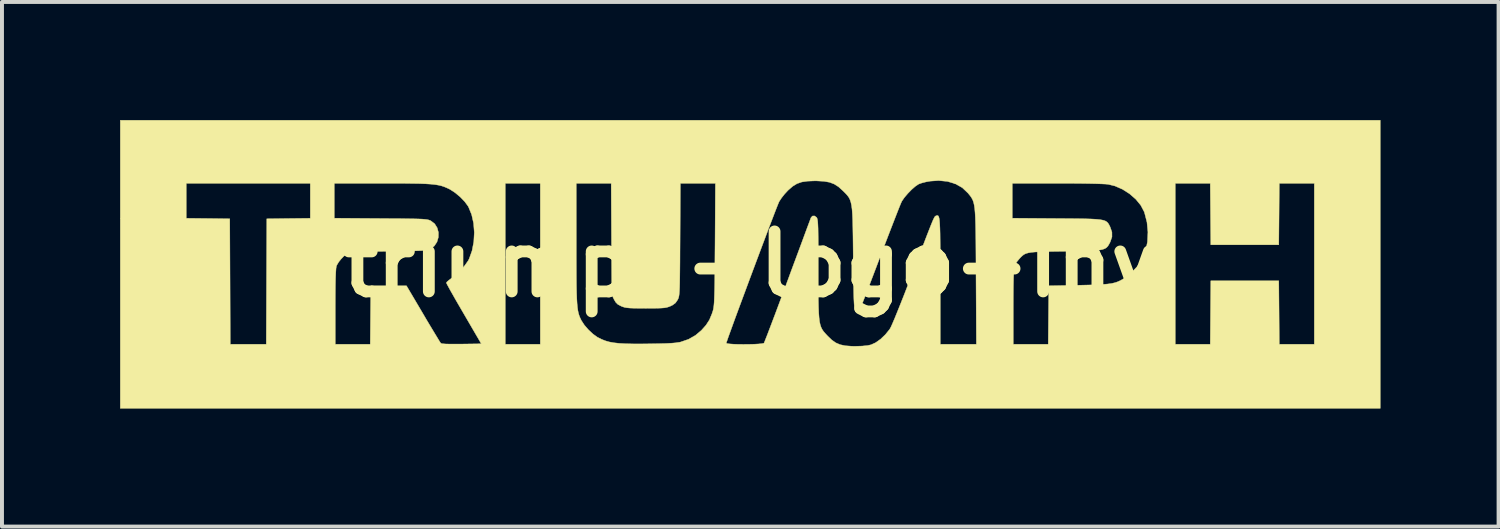
<source format=kicad_pcb>
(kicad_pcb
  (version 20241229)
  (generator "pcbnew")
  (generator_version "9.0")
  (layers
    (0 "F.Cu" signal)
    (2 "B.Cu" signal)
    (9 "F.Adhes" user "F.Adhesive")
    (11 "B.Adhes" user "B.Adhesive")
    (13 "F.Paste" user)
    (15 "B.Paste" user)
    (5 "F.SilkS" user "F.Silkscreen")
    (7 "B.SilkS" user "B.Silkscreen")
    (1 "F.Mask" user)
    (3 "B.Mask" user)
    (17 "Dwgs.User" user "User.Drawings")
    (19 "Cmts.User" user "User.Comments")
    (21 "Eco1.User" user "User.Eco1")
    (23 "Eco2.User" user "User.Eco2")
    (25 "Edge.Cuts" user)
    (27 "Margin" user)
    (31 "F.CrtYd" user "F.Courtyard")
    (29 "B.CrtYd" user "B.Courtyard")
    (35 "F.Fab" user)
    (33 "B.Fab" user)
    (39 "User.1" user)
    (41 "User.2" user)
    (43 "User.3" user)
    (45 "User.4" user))
  (footprint "triumph-logo-inv"
    (layer "F.Cu")
    (at 16.007 3.663)
    (property "Reference" "triumph-logo-inv" (at 0 0 0) (layer "F.SilkS") (effects (font (size 1.524 1.524) (thickness 0.3))))
    (attr through_hole)
    (fp_poly (pts (xy 16.002 3.658) (xy -16.002 3.658) (xy -16.002 -2.057) (xy -14.326 -2.057) (xy -14.326 -1.169) (xy -13.773 -1.163) (xy -13.221 -1.156) (xy -13.214 0.438) (xy -13.208 2.032) (xy -12.294 2.032) (xy -12.281 -1.156) (xy -11.728 -1.163) (xy -11.176 -1.169) (xy -11.176 -1.171) (xy -10.566 -1.171) (xy -9.392 -1.163) (xy -9.116 -1.161) (xy -8.886 -1.16) (xy -8.698 -1.157) (xy -8.547 -1.155) (xy -8.427 -1.152) (xy -8.335 -1.148) (xy -8.265 -1.142) (xy -8.214 -1.136) (xy -8.175 -1.128) (xy -8.145 -1.118) (xy -8.119 -1.107) (xy -8.115 -1.105) (xy -8.017 -1.03) (xy -7.953 -0.928) (xy -7.921 -0.81) (xy -7.923 -0.686) (xy -7.958 -0.567) (xy -8.026 -0.465) (xy -8.114 -0.398) (xy -8.142 -0.384) (xy -8.172 -0.372) (xy -8.209 -0.363) (xy -8.259 -0.355) (xy -8.326 -0.349) (xy -8.417 -0.345) (xy -8.535 -0.341) (xy -8.687 -0.338) (xy -8.878 -0.334) (xy -9.113 -0.331) (xy -9.182 -0.33) (xy -9.438 -0.327) (xy -9.649 -0.324) (xy -9.82 -0.32) (xy -9.955 -0.314) (xy -10.061 -0.306) (xy -10.143 -0.294) (xy -10.205 -0.279) (xy -10.254 -0.258) (xy -10.294 -0.231) (xy -10.332 -0.198) (xy -10.371 -0.157) (xy -10.392 -0.135) (xy -10.452 -0.061) (xy -10.499 0.017) (xy -10.512 0.048) (xy -10.521 0.101) (xy -10.528 0.202) (xy -10.534 0.352) (xy -10.538 0.55) (xy -10.54 0.798) (xy -10.541 1.083) (xy -10.541 2.032) (xy -9.653 2.032) (xy -9.639 0.546) (xy -8.732 0.546) (xy -8.309 1.262) (xy -8.207 1.436) (xy -8.111 1.596) (xy -8.026 1.737) (xy -7.955 1.854) (xy -7.902 1.942) (xy -7.868 1.994) (xy -7.859 2.006) (xy -7.822 2.017) (xy -7.734 2.024) (xy -7.597 2.027) (xy -7.412 2.027) (xy -7.332 2.026) (xy -6.832 2.019) (xy -7.276 1.257) (xy -7.38 1.078) (xy -7.476 0.913) (xy -7.559 0.766) (xy -7.629 0.643) (xy -7.68 0.549) (xy -7.712 0.489) (xy -7.72 0.47) (xy -7.701 0.443) (xy -7.65 0.4) (xy -7.593 0.358) (xy -7.476 0.266) (xy -7.357 0.152) (xy -7.251 0.03) (xy -7.169 -0.086) (xy -7.141 -0.137) (xy -7.067 -0.344) (xy -7.023 -0.572) (xy -7.01 -0.808) (xy -7.028 -1.042) (xy -7.077 -1.261) (xy -7.155 -1.452) (xy -7.17 -1.479) (xy -7.254 -1.593) (xy -7.368 -1.711) (xy -7.498 -1.819) (xy -7.627 -1.903) (xy -7.652 -1.916) (xy -7.717 -1.946) (xy -7.781 -1.972) (xy -7.848 -1.994) (xy -7.923 -2.011) (xy -8.01 -2.025) (xy -8.116 -2.036) (xy -8.244 -2.044) (xy -8.399 -2.05) (xy -8.587 -2.053) (xy -8.811 -2.056) (xy -9.077 -2.057) (xy -9.354 -2.057) (xy -10.566 -2.057) (xy -6.223 -2.057) (xy -6.223 2.032) (xy -5.334 2.032) (xy -5.334 -2.057) (xy -4.42 -2.057) (xy -4.419 -0.527) (xy -4.419 -0.19) (xy -4.418 0.1) (xy -4.417 0.348) (xy -4.415 0.557) (xy -4.411 0.732) (xy -4.406 0.877) (xy -4.399 0.996) (xy -4.39 1.094) (xy -4.379 1.173) (xy -4.365 1.239) (xy -4.348 1.296) (xy -4.328 1.348) (xy -4.305 1.398) (xy -4.29 1.428) (xy -4.215 1.543) (xy -4.111 1.663) (xy -3.994 1.772) (xy -3.88 1.854) (xy -3.867 1.86) (xy -3.775 1.906) (xy -3.682 1.943) (xy -3.581 1.972) (xy -3.466 1.993) (xy -3.33 2.008) (xy -3.167 2.017) (xy -2.969 2.022) (xy -2.731 2.022) (xy -2.578 2.02) (xy -2.338 2.016) (xy -2.144 2.011) (xy -1.993 2.003) (xy -1.98 2.002) (xy -0.61 2.002) (xy -0.586 2.013) (xy -0.521 2.022) (xy -0.424 2.029) (xy -0.305 2.033) (xy -0.174 2.034) (xy -0.039 2.033) (xy 0.089 2.03) (xy 0.201 2.024) (xy 0.288 2.016) (xy 0.339 2.006) (xy 0.349 2) (xy 0.361 1.972) (xy 0.39 1.899) (xy 0.434 1.787) (xy 0.49 1.64) (xy 0.558 1.461) (xy 0.636 1.255) (xy 0.722 1.025) (xy 0.815 0.776) (xy 0.913 0.512) (xy 0.952 0.406) (xy 1.051 0.137) (xy 1.146 -0.118) (xy 1.234 -0.355) (xy 1.314 -0.571) (xy 1.384 -0.761) (xy 1.443 -0.92) (xy 1.49 -1.046) (xy 1.523 -1.134) (xy 1.54 -1.18) (xy 1.542 -1.185) (xy 1.579 -1.226) (xy 1.632 -1.229) (xy 1.683 -1.193) (xy 1.693 -1.177) (xy 1.701 -1.155) (xy 1.708 -1.121) (xy 1.714 -1.073) (xy 1.718 -1.004) (xy 1.722 -0.912) (xy 1.724 -0.791) (xy 1.726 -0.638) (xy 1.727 -0.447) (xy 1.727 -0.215) (xy 1.727 0.063) (xy 1.727 0.109) (xy 1.727 0.418) (xy 1.728 0.68) (xy 1.729 0.901) (xy 1.733 1.084) (xy 1.739 1.235) (xy 1.748 1.357) (xy 1.76 1.456) (xy 1.777 1.535) (xy 1.799 1.6) (xy 1.826 1.654) (xy 1.859 1.703) (xy 1.9 1.751) (xy 1.947 1.802) (xy 1.967 1.823) (xy 2.071 1.923) (xy 2.172 1.994) (xy 2.282 2.041) (xy 2.413 2.069) (xy 2.575 2.081) (xy 2.669 2.082) (xy 2.839 2.077) (xy 2.981 2.063) (xy 3.067 2.044) (xy 3.185 1.99) (xy 3.31 1.901) (xy 3.431 1.786) (xy 3.536 1.656) (xy 3.553 1.63) (xy 3.577 1.583) (xy 3.617 1.493) (xy 3.671 1.366) (xy 3.736 1.206) (xy 3.812 1.017) (xy 3.896 0.806) (xy 3.985 0.576) (xy 4.079 0.333) (xy 4.125 0.214) (xy 4.237 -0.082) (xy 4.333 -0.333) (xy 4.414 -0.544) (xy 4.481 -0.719) (xy 4.536 -0.86) (xy 4.58 -0.972) (xy 4.615 -1.058) (xy 4.642 -1.122) (xy 4.663 -1.166) (xy 4.679 -1.196) (xy 4.691 -1.214) (xy 4.702 -1.223) (xy 4.712 -1.229) (xy 4.721 -1.232) (xy 4.742 -1.239) (xy 4.759 -1.239) (xy 4.774 -1.23) (xy 4.787 -1.208) (xy 4.797 -1.17) (xy 4.806 -1.111) (xy 4.812 -1.029) (xy 4.817 -0.92) (xy 4.821 -0.78) (xy 4.823 -0.607) (xy 4.825 -0.396) (xy 4.826 -0.144) (xy 4.826 0.152) (xy 4.826 0.437) (xy 4.826 2.032) (xy 5.743 2.032) (xy 5.734 0.311) (xy 5.733 -0.042) (xy 5.731 -0.348) (xy 5.729 -0.611) (xy 5.726 -0.835) (xy 5.722 -1.023) (xy 5.717 -1.171) (xy 6.655 -1.171) (xy 7.779 -1.163) (xy 8.064 -1.161) (xy 8.303 -1.159) (xy 8.5 -1.156) (xy 8.66 -1.151) (xy 8.787 -1.144) (xy 8.885 -1.134) (xy 8.96 -1.12) (xy 9.015 -1.102) (xy 9.055 -1.078) (xy 9.084 -1.049) (xy 9.108 -1.013) (xy 9.13 -0.97) (xy 9.14 -0.949) (xy 9.186 -0.818) (xy 9.187 -0.696) (xy 9.142 -0.567) (xy 9.138 -0.558) (xy 9.11 -0.506) (xy 9.083 -0.462) (xy 9.051 -0.427) (xy 9.01 -0.4) (xy 8.953 -0.379) (xy 8.877 -0.363) (xy 8.776 -0.352) (xy 8.644 -0.344) (xy 8.478 -0.338) (xy 8.272 -0.334) (xy 8.02 -0.331) (xy 7.988 -0.33) (xy 7.739 -0.327) (xy 7.535 -0.323) (xy 7.371 -0.319) (xy 7.241 -0.313) (xy 7.14 -0.304) (xy 7.063 -0.291) (xy 7.003 -0.274) (xy 6.956 -0.252) (xy 6.917 -0.223) (xy 6.878 -0.187) (xy 6.836 -0.142) (xy 6.83 -0.135) (xy 6.769 -0.061) (xy 6.722 0.017) (xy 6.709 0.048) (xy 6.7 0.101) (xy 6.693 0.202) (xy 6.687 0.352) (xy 6.683 0.55) (xy 6.681 0.798) (xy 6.68 1.083) (xy 6.68 2.032) (xy 7.568 2.032) (xy 7.582 0.546) (xy 8.344 0.532) (xy 8.587 0.526) (xy 8.785 0.52) (xy 8.946 0.512) (xy 9.075 0.501) (xy 9.179 0.487) (xy 9.265 0.467) (xy 9.338 0.442) (xy 9.406 0.41) (xy 9.475 0.37) (xy 9.5 0.355) (xy 9.602 0.278) (xy 9.712 0.179) (xy 9.817 0.069) (xy 9.904 -0.038) (xy 9.957 -0.12) (xy 10.04 -0.332) (xy 10.088 -0.569) (xy 10.1 -0.819) (xy 10.076 -1.069) (xy 10.015 -1.306) (xy 10.005 -1.335) (xy 9.919 -1.498) (xy 9.793 -1.652) (xy 9.635 -1.79) (xy 9.455 -1.905) (xy 9.263 -1.989) (xy 9.093 -2.031) (xy 9.031 -2.037) (xy 8.925 -2.042) (xy 8.778 -2.047) (xy 8.599 -2.051) (xy 8.391 -2.054) (xy 8.161 -2.056) (xy 7.915 -2.057) (xy 7.791 -2.057) (xy 6.655 -2.057) (xy 10.795 -2.057) (xy 10.795 2.032) (xy 11.683 2.032) (xy 11.697 0.419) (xy 13.424 0.419) (xy 13.431 1.226) (xy 13.437 2.032) (xy 14.326 2.032) (xy 14.326 -2.057) (xy 13.881 -2.057) (xy 13.437 -2.057) (xy 13.431 -1.276) (xy 13.424 -0.495) (xy 11.697 -0.495) (xy 11.69 -1.276) (xy 11.683 -2.057) (xy 11.239 -2.057) (xy 10.795 -2.057) (xy 6.655 -2.057) (xy 6.655 -1.171) (xy 5.717 -1.171) (xy 5.717 -1.18) (xy 5.71 -1.308) (xy 5.701 -1.413) (xy 5.689 -1.497) (xy 5.674 -1.565) (xy 5.656 -1.62) (xy 5.634 -1.666) (xy 5.609 -1.708) (xy 5.579 -1.748) (xy 5.544 -1.791) (xy 5.528 -1.81) (xy 5.386 -1.945) (xy 5.211 -2.044) (xy 5.009 -2.105) (xy 4.784 -2.127) (xy 4.569 -2.112) (xy 4.459 -2.092) (xy 4.355 -2.065) (xy 4.279 -2.038) (xy 4.274 -2.035) (xy 4.193 -1.981) (xy 4.098 -1.898) (xy 4.001 -1.798) (xy 3.914 -1.696) (xy 3.851 -1.604) (xy 3.842 -1.586) (xy 3.823 -1.543) (xy 3.788 -1.458) (xy 3.739 -1.334) (xy 3.678 -1.178) (xy 3.607 -0.995) (xy 3.527 -0.788) (xy 3.441 -0.564) (xy 3.351 -0.326) (xy 3.328 -0.267) (xy 3.215 0.032) (xy 3.118 0.287) (xy 3.036 0.502) (xy 2.968 0.679) (xy 2.912 0.823) (xy 2.867 0.938) (xy 2.831 1.026) (xy 2.803 1.091) (xy 2.782 1.138) (xy 2.765 1.169) (xy 2.752 1.187) (xy 2.742 1.197) (xy 2.732 1.202) (xy 2.71 1.21) (xy 2.691 1.211) (xy 2.675 1.203) (xy 2.662 1.181) (xy 2.652 1.142) (xy 2.643 1.081) (xy 2.637 0.995) (xy 2.631 0.88) (xy 2.627 0.732) (xy 2.623 0.547) (xy 2.62 0.322) (xy 2.617 0.052) (xy 2.615 -0.145) (xy 2.612 -0.455) (xy 2.609 -0.718) (xy 2.605 -0.94) (xy 2.601 -1.124) (xy 2.594 -1.275) (xy 2.585 -1.398) (xy 2.572 -1.497) (xy 2.555 -1.575) (xy 2.534 -1.639) (xy 2.508 -1.692) (xy 2.475 -1.739) (xy 2.436 -1.784) (xy 2.389 -1.832) (xy 2.349 -1.871) (xy 2.242 -1.968) (xy 2.134 -2.037) (xy 2.015 -2.083) (xy 1.873 -2.108) (xy 1.697 -2.118) (xy 1.638 -2.119) (xy 1.455 -2.112) (xy 1.31 -2.091) (xy 1.188 -2.049) (xy 1.078 -1.982) (xy 0.967 -1.886) (xy 0.949 -1.868) (xy 0.867 -1.779) (xy 0.792 -1.683) (xy 0.737 -1.599) (xy 0.73 -1.587) (xy 0.712 -1.544) (xy 0.678 -1.46) (xy 0.631 -1.339) (xy 0.572 -1.185) (xy 0.502 -1.003) (xy 0.424 -0.797) (xy 0.34 -0.573) (xy 0.25 -0.334) (xy 0.157 -0.086) (xy 0.062 0.168) (xy -0.033 0.422) (xy -0.126 0.673) (xy -0.216 0.915) (xy -0.301 1.144) (xy -0.379 1.355) (xy -0.448 1.545) (xy -0.507 1.707) (xy -0.555 1.839) (xy -0.588 1.935) (xy -0.607 1.99) (xy -0.61 2.002) (xy -1.98 2.002) (xy -1.878 1.993) (xy -1.797 1.981) (xy -1.776 1.976) (xy -1.569 1.905) (xy -1.393 1.805) (xy -1.241 1.677) (xy -1.124 1.545) (xy -1.038 1.412) (xy -0.973 1.256) (xy -0.947 1.176) (xy -0.938 1.14) (xy -0.931 1.097) (xy -0.924 1.042) (xy -0.918 0.972) (xy -0.914 0.883) (xy -0.91 0.769) (xy -0.906 0.628) (xy -0.903 0.455) (xy -0.901 0.246) (xy -0.899 -0.003) (xy -0.897 -0.297) (xy -0.895 -0.514) (xy -0.886 -2.057) (xy -1.331 -2.057) (xy -1.776 -2.057) (xy -1.783 -0.629) (xy -1.785 -0.323) (xy -1.786 -0.064) (xy -1.788 0.152) (xy -1.79 0.33) (xy -1.792 0.474) (xy -1.795 0.589) (xy -1.799 0.677) (xy -1.804 0.745) (xy -1.81 0.795) (xy -1.817 0.832) (xy -1.826 0.86) (xy -1.836 0.884) (xy -1.846 0.904) (xy -1.9 0.982) (xy -1.975 1.037) (xy -2.029 1.063) (xy -2.077 1.082) (xy -2.126 1.096) (xy -2.185 1.106) (xy -2.262 1.112) (xy -2.365 1.116) (xy -2.503 1.117) (xy -2.654 1.118) (xy -2.829 1.117) (xy -2.962 1.115) (xy -3.061 1.111) (xy -3.134 1.104) (xy -3.191 1.094) (xy -3.239 1.079) (xy -3.277 1.064) (xy -3.363 1.019) (xy -3.419 0.963) (xy -3.46 0.893) (xy -3.518 0.775) (xy -3.533 -2.057) (xy -4.42 -2.057) (xy -5.334 -2.057) (xy -6.223 -2.057) (xy -10.566 -2.057) (xy -10.566 -1.171) (xy -11.176 -1.171) (xy -11.176 -2.057) (xy -14.326 -2.057) (xy -16.002 -2.057) (xy -16.002 -3.658) (xy 16.002 -3.658) (xy 16.002 3.658)) (stroke (width 0.01) (type solid)) (fill yes) (layer "F.SilkS")))
  (gr_rect
    (start -3 -3)
    (end 35.014 10.325)
    (stroke (width 0.1) (type default))
    (fill no)
    (layer "Edge.Cuts")))
</source>
